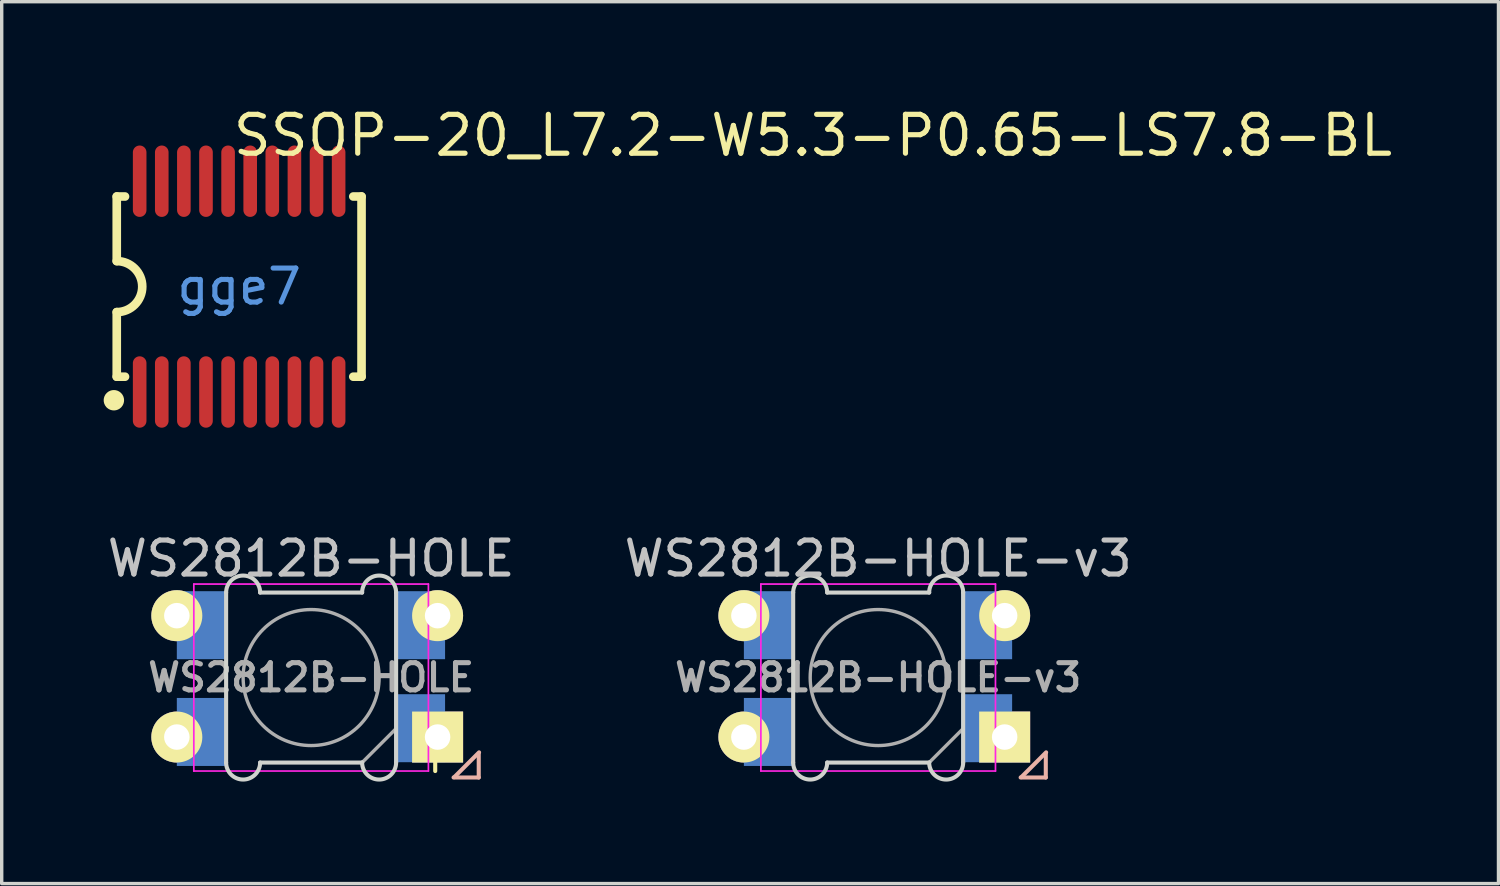
<source format=kicad_pcb>
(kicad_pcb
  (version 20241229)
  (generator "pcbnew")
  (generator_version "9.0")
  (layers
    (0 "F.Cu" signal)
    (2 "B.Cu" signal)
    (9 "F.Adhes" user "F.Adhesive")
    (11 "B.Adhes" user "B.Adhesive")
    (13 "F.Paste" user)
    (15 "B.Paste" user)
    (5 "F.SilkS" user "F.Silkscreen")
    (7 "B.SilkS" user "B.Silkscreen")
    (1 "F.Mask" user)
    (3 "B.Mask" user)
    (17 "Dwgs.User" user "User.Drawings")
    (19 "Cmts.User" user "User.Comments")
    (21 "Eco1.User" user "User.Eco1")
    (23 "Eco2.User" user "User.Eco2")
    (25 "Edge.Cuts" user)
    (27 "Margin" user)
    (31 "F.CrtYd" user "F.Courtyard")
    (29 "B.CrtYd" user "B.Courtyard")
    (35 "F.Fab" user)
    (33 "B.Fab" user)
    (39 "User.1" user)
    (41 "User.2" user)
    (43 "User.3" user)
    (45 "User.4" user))
  (footprint "WS2812B-HOLE-v3"
    (layer "F.Cu")
    (at 22.78 16.879)
    (property "Reference" "WS2812B-HOLE-v3" (at 0 -3.5 0) (layer "Dwgs.User") (effects (font (size 1 1) (thickness 0.15))))
    (attr smd)
    (fp_line (start 4.21 2.93) (end 4.94 2.2) (stroke (width 0.12) (type solid)) (layer "B.SilkS"))
    (fp_line (start 4.93 2.24) (end 4.93 2.94) (stroke (width 0.12) (type solid)) (layer "B.SilkS"))
    (fp_line (start 4.93 2.94) (end 4.19 2.94) (stroke (width 0.12) (type solid)) (layer "B.SilkS"))
    (fp_line (start -2.5 -2.5) (end -2.5 2.5) (stroke (width 0.12) (type solid)) (layer "Edge.Cuts"))
    (fp_line (start -1.5 2.5) (end 1.5 2.5) (stroke (width 0.12) (type solid)) (layer "Edge.Cuts"))
    (fp_line (start 1.5 -2.5) (end -1.5 -2.5) (stroke (width 0.12) (type solid)) (layer "Edge.Cuts"))
    (fp_line (start 2.5 -2.5) (end 2.5 2.5) (stroke (width 0.12) (type solid)) (layer "Edge.Cuts"))
    (fp_arc (start -2.5 -2.5) (mid -2 -3) (end -1.5 -2.5) (stroke (width 0.12) (type solid)) (layer "Edge.Cuts"))
    (fp_arc (start -1.5 2.5) (mid -2 3) (end -2.5 2.5) (stroke (width 0.12) (type solid)) (layer "Edge.Cuts"))
    (fp_arc (start 1.5 -2.5) (mid 2 -3) (end 2.5 -2.5) (stroke (width 0.12) (type solid)) (layer "Edge.Cuts"))
    (fp_arc (start 2.5 2.5) (mid 2 3) (end 1.5 2.5) (stroke (width 0.12) (type solid)) (layer "Edge.Cuts"))
    (fp_line (start -3.45 -2.75) (end -3.45 2.75) (stroke (width 0.05) (type solid)) (layer "F.CrtYd"))
    (fp_line (start -3.45 2.75) (end 3.45 2.75) (stroke (width 0.05) (type solid)) (layer "F.CrtYd"))
    (fp_line (start 3.45 -2.75) (end -3.45 -2.75) (stroke (width 0.05) (type solid)) (layer "F.CrtYd"))
    (fp_line (start 3.45 2.75) (end 3.45 -2.75) (stroke (width 0.05) (type solid)) (layer "F.CrtYd"))
    (fp_line (start 2.5 1.5) (end 1.5 2.5) (stroke (width 0.1) (type solid)) (layer "F.Fab"))
    (fp_circle (center 0 0) (end 0 -2) (stroke (width 0.1) (type solid)) (fill no) (layer "F.Fab"))
    (fp_text user "${REFERENCE}" (at 0 0 0) (layer "F.Fab") (effects (font (size 0.8 0.8) (thickness 0.15))))
    (pad "1" thru_hole circle (at -3.95 -1.82) (size 1.5 1.5) (drill 0.75) (layers "*.Cu" "*.Mask" "F.SilkS"))
    (pad "1" smd rect (at -3.2 -1.54) (size 1.5 2) (layers "B.Cu" "B.Mask" "B.Paste"))
    (pad "2" thru_hole circle (at -3.95 1.75) (size 1.5 1.5) (drill 0.75) (layers "*.Cu" "*.Mask" "F.SilkS"))
    (pad "2" smd rect (at -3.2 1.6) (size 1.5 2) (layers "B.Cu" "B.Mask" "B.Paste"))
    (pad "3" smd rect (at 3.19 1.49) (size 1.5 2) (layers "B.Cu" "B.Mask" "B.Paste"))
    (pad "3" thru_hole rect (at 3.72 1.75) (size 1.5 1.5) (drill 0.75) (layers "*.Cu" "*.Mask" "F.SilkS"))
    (pad "4" smd rect (at 3.19 -1.54) (size 1.5 2) (layers "B.Cu" "B.Mask" "B.Paste"))
    (pad "4" thru_hole circle (at 3.72 -1.82) (size 1.5 1.5) (drill 0.75) (layers "*.Cu" "*.Mask" "F.SilkS")))
  (footprint "SSOP-20_L7.2-W5.3-P0.65-LS7.8-BL"
    (layer "F.Cu")
    (at 3.984 5.38)
    (property "Reference" "SSOP-20_L7.2-W5.3-P0.65-LS7.8-BL" (at -0.259 -4.445 0) (layer "F.SilkS") (effects (font (size 1.143 1.143) (thickness 0.152)) (justify left)))
    (attr smd)
    (fp_line (start -3.6 -2.65) (end -3.6 -0.75) (stroke (width 0.254) (type solid)) (layer "F.SilkS"))
    (fp_line (start -3.6 -2.65) (end -3.357 -2.65) (stroke (width 0.254) (type solid)) (layer "F.SilkS"))
    (fp_line (start -3.6 2.65) (end -3.6 0.75) (stroke (width 0.254) (type solid)) (layer "F.SilkS"))
    (fp_line (start -3.6 2.65) (end -3.357 2.65) (stroke (width 0.254) (type solid)) (layer "F.SilkS"))
    (fp_line (start 3.357 -2.65) (end 3.6 -2.65) (stroke (width 0.254) (type solid)) (layer "F.SilkS"))
    (fp_line (start 3.357 2.65) (end 3.6 2.65) (stroke (width 0.254) (type solid)) (layer "F.SilkS"))
    (fp_line (start 3.6 -2.65) (end 3.6 2.65) (stroke (width 0.254) (type solid)) (layer "F.SilkS"))
    (fp_arc (start -3.795 3.444) (mid -3.577961 3.236804) (end -3.784836 3.454149) (stroke (width 0.3) (type solid)) (layer "F.SilkS"))
    (fp_arc (start -3.6 -0.75) (mid -2.85 0) (end -3.6 0.75) (stroke (width 0.254) (type solid)) (layer "F.SilkS"))
    (fp_text user "gge7" (at 0 0 0) (layer "Cmts.User") (effects (font (size 1 1) (thickness 0.15))))
    (pad "1" smd oval (at -2.926 3.1 180) (size 0.4 2.1) (layers "F.Cu" "F.Mask" "F.Paste"))
    (pad "2" smd oval (at -2.276 3.1 180) (size 0.4 2.1) (layers "F.Cu" "F.Mask" "F.Paste"))
    (pad "3" smd oval (at -1.626 3.1 180) (size 0.4 2.1) (layers "F.Cu" "F.Mask" "F.Paste"))
    (pad "4" smd oval (at -0.975 3.1 180) (size 0.4 2.1) (layers "F.Cu" "F.Mask" "F.Paste"))
    (pad "5" smd oval (at -0.325 3.1 180) (size 0.4 2.1) (layers "F.Cu" "F.Mask" "F.Paste"))
    (pad "6" smd oval (at 0.325 3.1 180) (size 0.4 2.1) (layers "F.Cu" "F.Mask" "F.Paste"))
    (pad "7" smd oval (at 0.975 3.1 180) (size 0.4 2.1) (layers "F.Cu" "F.Mask" "F.Paste"))
    (pad "8" smd oval (at 1.626 3.1 180) (size 0.4 2.1) (layers "F.Cu" "F.Mask" "F.Paste"))
    (pad "9" smd oval (at 2.276 3.1 180) (size 0.4 2.1) (layers "F.Cu" "F.Mask" "F.Paste"))
    (pad "10" smd oval (at 2.926 3.1 180) (size 0.4 2.1) (layers "F.Cu" "F.Mask" "F.Paste"))
    (pad "11" smd oval (at 2.926 -3.1 180) (size 0.4 2.1) (layers "F.Cu" "F.Mask" "F.Paste"))
    (pad "12" smd oval (at 2.276 -3.1 180) (size 0.4 2.1) (layers "F.Cu" "F.Mask" "F.Paste"))
    (pad "13" smd oval (at 1.626 -3.1 180) (size 0.4 2.1) (layers "F.Cu" "F.Mask" "F.Paste"))
    (pad "14" smd oval (at 0.975 -3.1 180) (size 0.4 2.1) (layers "F.Cu" "F.Mask" "F.Paste"))
    (pad "15" smd oval (at 0.325 -3.1 180) (size 0.4 2.1) (layers "F.Cu" "F.Mask" "F.Paste"))
    (pad "16" smd oval (at -0.325 -3.1 180) (size 0.4 2.1) (layers "F.Cu" "F.Mask" "F.Paste"))
    (pad "17" smd oval (at -0.975 -3.1 180) (size 0.4 2.1) (layers "F.Cu" "F.Mask" "F.Paste"))
    (pad "18" smd oval (at -1.626 -3.1 180) (size 0.4 2.1) (layers "F.Cu" "F.Mask" "F.Paste"))
    (pad "19" smd oval (at -2.276 -3.1 180) (size 0.4 2.1) (layers "F.Cu" "F.Mask" "F.Paste"))
    (pad "20" smd oval (at -2.926 -3.1 180) (size 0.4 2.1) (layers "F.Cu" "F.Mask" "F.Paste")))
  (footprint "WS2812B-HOLE"
    (layer "F.Cu")
    (at 6.101 16.879)
    (property "Reference" "WS2812B-HOLE" (at 0 -3.5 0) (layer "Dwgs.User") (effects (font (size 1 1) (thickness 0.15))))
    (attr smd)
    (fp_line (start 3.65 2.75) (end 3.65 1.6) (stroke (width 0.12) (type solid)) (layer "F.SilkS"))
    (fp_line (start 4.21 2.93) (end 4.94 2.2) (stroke (width 0.12) (type solid)) (layer "B.SilkS"))
    (fp_line (start 4.93 2.24) (end 4.93 2.94) (stroke (width 0.12) (type solid)) (layer "B.SilkS"))
    (fp_line (start 4.93 2.94) (end 4.19 2.94) (stroke (width 0.12) (type solid)) (layer "B.SilkS"))
    (fp_line (start -2.5 -2.5) (end -2.5 2.5) (stroke (width 0.12) (type solid)) (layer "Edge.Cuts"))
    (fp_line (start -1.5 2.5) (end 1.5 2.5) (stroke (width 0.12) (type solid)) (layer "Edge.Cuts"))
    (fp_line (start 1.5 -2.5) (end -1.5 -2.5) (stroke (width 0.12) (type solid)) (layer "Edge.Cuts"))
    (fp_line (start 2.5 -2.5) (end 2.5 2.5) (stroke (width 0.12) (type solid)) (layer "Edge.Cuts"))
    (fp_arc (start -2.5 -2.5) (mid -2 -3) (end -1.5 -2.5) (stroke (width 0.12) (type solid)) (layer "Edge.Cuts"))
    (fp_arc (start -1.5 2.5) (mid -2 3) (end -2.5 2.5) (stroke (width 0.12) (type solid)) (layer "Edge.Cuts"))
    (fp_arc (start 1.5 -2.5) (mid 2 -3) (end 2.5 -2.5) (stroke (width 0.12) (type solid)) (layer "Edge.Cuts"))
    (fp_arc (start 2.5 2.5) (mid 2 3) (end 1.5 2.5) (stroke (width 0.12) (type solid)) (layer "Edge.Cuts"))
    (fp_line (start -3.45 -2.75) (end -3.45 2.75) (stroke (width 0.05) (type solid)) (layer "F.CrtYd"))
    (fp_line (start -3.45 2.75) (end 3.45 2.75) (stroke (width 0.05) (type solid)) (layer "F.CrtYd"))
    (fp_line (start 3.45 -2.75) (end -3.45 -2.75) (stroke (width 0.05) (type solid)) (layer "F.CrtYd"))
    (fp_line (start 3.45 2.75) (end 3.45 -2.75) (stroke (width 0.05) (type solid)) (layer "F.CrtYd"))
    (fp_line (start 2.5 1.5) (end 1.5 2.5) (stroke (width 0.1) (type solid)) (layer "F.Fab"))
    (fp_circle (center 0 0) (end 0 -2) (stroke (width 0.1) (type solid)) (fill no) (layer "F.Fab"))
    (fp_text user "${REFERENCE}" (at 0 0 0) (layer "F.Fab") (effects (font (size 0.8 0.8) (thickness 0.15))))
    (pad "1" thru_hole circle (at -3.95 -1.82) (size 1.5 1.5) (drill 0.75) (layers "*.Cu" "*.Mask" "F.SilkS"))
    (pad "1" smd rect (at -3.2 -1.54) (size 1.5 2) (layers "B.Cu" "B.Mask" "B.Paste"))
    (pad "2" thru_hole circle (at -3.95 1.75) (size 1.5 1.5) (drill 0.75) (layers "*.Cu" "*.Mask" "F.SilkS"))
    (pad "2" smd rect (at -3.2 1.6) (size 1.5 2) (layers "B.Cu" "B.Mask" "B.Paste"))
    (pad "3" smd rect (at 3.19 1.49) (size 1.5 2) (layers "B.Cu" "B.Mask" "B.Paste"))
    (pad "3" thru_hole rect (at 3.72 1.75) (size 1.5 1.5) (drill 0.75) (layers "*.Cu" "*.Mask" "F.SilkS"))
    (pad "4" smd rect (at 3.19 -1.54) (size 1.5 2) (layers "B.Cu" "B.Mask" "B.Paste"))
    (pad "4" thru_hole circle (at 3.72 -1.82) (size 1.5 1.5) (drill 0.75) (layers "*.Cu" "*.Mask" "F.SilkS")))
  (gr_rect
    (start -3 -3)
    (end 41.025 22.939)
    (stroke (width 0.1) (type default))
    (fill no)
    (layer "Edge.Cuts")))
</source>
